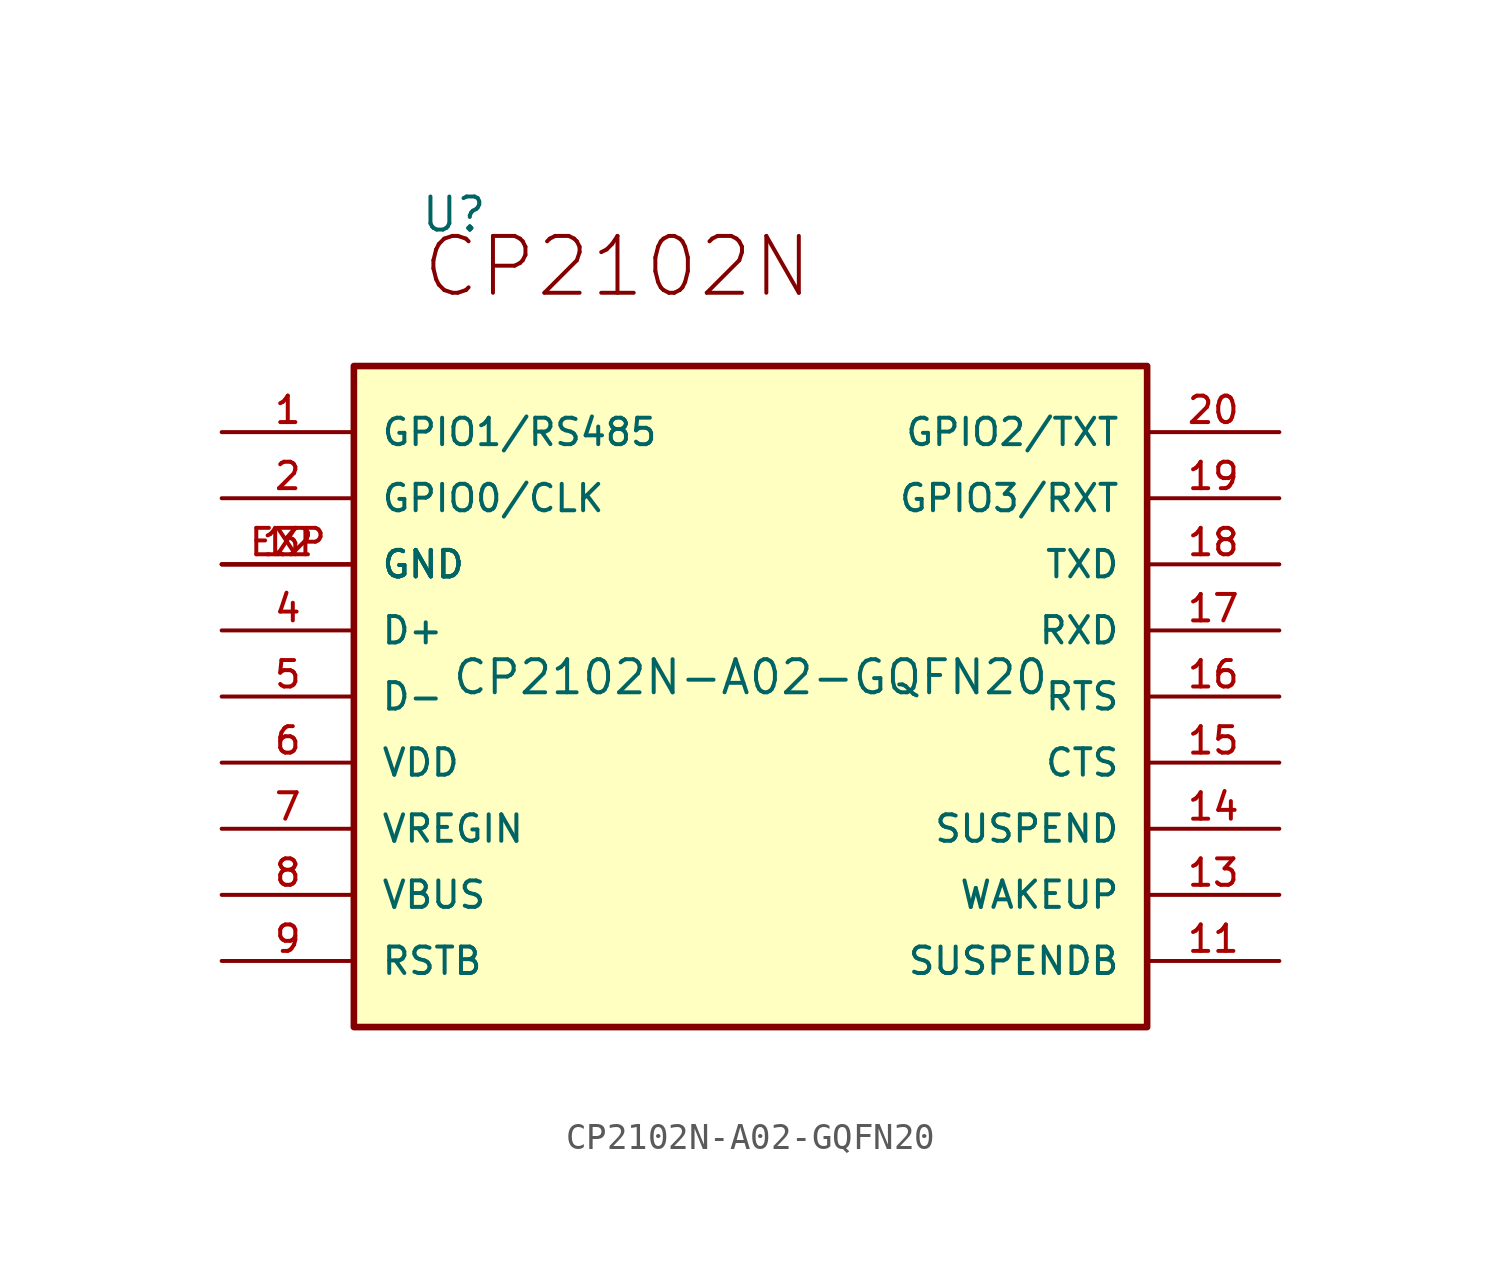
<source format=kicad_sym>
(kicad_symbol_lib
  (version 20211014)
  (generator kicad_symbol_editor)
  (symbol "CP2102N-A02-GQFN20"
    (pin_names
      (offset 1.016))
    (property "Reference" "U"
      (at -12.7 17.78 0)
      (effects (font (size 1.27 1.27)) (justify bottom left)))
    (property "Value" "CP2102N-A02-GQFN20"
      (at 0 0.0 0)
      (effects (font (size 1.27 1.27)) (justify bottom)))
    (symbol "CP2102N-A02-GQFN20_0_0"
      (text "CP2102N" (at -12.7 15.24 0) (effects (font (size 2.184 2.184)) (justify bottom left)))
      (rectangle (start -15.24 -12.7) (end 15.24 12.7) (stroke (width 0.254)) (fill (type background)))
      (pin bidirectional line (at -20.32 10.16 0) (length 5.08) (name "GPIO1/RS485" (effects (font (size 1.016 1.016)))) (number "1" (effects (font (size 1.016 1.016)))))
      (pin bidirectional line (at -20.32 7.62 0) (length 5.08) (name "GPIO0/CLK" (effects (font (size 1.016 1.016)))) (number "2" (effects (font (size 1.016 1.016)))))
      (pin bidirectional line (at -20.32 5.08 0) (length 5.08) (name "GND" (effects (font (size 1.016 1.016)))) (number "3" (effects (font (size 1.016 1.016)))))
      (pin bidirectional line (at -20.32 5.08 0) (length 5.08) (name "GND" (effects (font (size 1.016 1.016)))) (number "12" (effects (font (size 1.016 1.016)))))
      (pin bidirectional line (at -20.32 5.08 0) (length 5.08) (name "GND" (effects (font (size 1.016 1.016)))) (number "EXP" (effects (font (size 1.016 1.016)))))
      (pin bidirectional line (at -20.32 2.54 0) (length 5.08) (name "D+" (effects (font (size 1.016 1.016)))) (number "4" (effects (font (size 1.016 1.016)))))
      (pin bidirectional line (at -20.32 0.0 0) (length 5.08) (name "D-" (effects (font (size 1.016 1.016)))) (number "5" (effects (font (size 1.016 1.016)))))
      (pin bidirectional line (at -20.32 -2.54 0) (length 5.08) (name "VDD" (effects (font (size 1.016 1.016)))) (number "6" (effects (font (size 1.016 1.016)))))
      (pin bidirectional line (at -20.32 -5.08 0) (length 5.08) (name "VREGIN" (effects (font (size 1.016 1.016)))) (number "7" (effects (font (size 1.016 1.016)))))
      (pin bidirectional line (at -20.32 -7.62 0) (length 5.08) (name "VBUS" (effects (font (size 1.016 1.016)))) (number "8" (effects (font (size 1.016 1.016)))))
      (pin bidirectional line (at -20.32 -10.16 0) (length 5.08) (name "RSTB" (effects (font (size 1.016 1.016)))) (number "9" (effects (font (size 1.016 1.016)))))
      (pin bidirectional line (at 20.32 -10.16 180.0) (length 5.08) (name "SUSPENDB" (effects (font (size 1.016 1.016)))) (number "11" (effects (font (size 1.016 1.016)))))
      (pin bidirectional line (at 20.32 -7.62 180.0) (length 5.08) (name "WAKEUP" (effects (font (size 1.016 1.016)))) (number "13" (effects (font (size 1.016 1.016)))))
      (pin bidirectional line (at 20.32 -5.08 180.0) (length 5.08) (name "SUSPEND" (effects (font (size 1.016 1.016)))) (number "14" (effects (font (size 1.016 1.016)))))
      (pin bidirectional line (at 20.32 -2.54 180.0) (length 5.08) (name "CTS" (effects (font (size 1.016 1.016)))) (number "15" (effects (font (size 1.016 1.016)))))
      (pin bidirectional line (at 20.32 0.0 180.0) (length 5.08) (name "RTS" (effects (font (size 1.016 1.016)))) (number "16" (effects (font (size 1.016 1.016)))))
      (pin bidirectional line (at 20.32 2.54 180.0) (length 5.08) (name "RXD" (effects (font (size 1.016 1.016)))) (number "17" (effects (font (size 1.016 1.016)))))
      (pin bidirectional line (at 20.32 5.08 180.0) (length 5.08) (name "TXD" (effects (font (size 1.016 1.016)))) (number "18" (effects (font (size 1.016 1.016)))))
      (pin bidirectional line (at 20.32 7.62 180.0) (length 5.08) (name "GPIO3/RXT" (effects (font (size 1.016 1.016)))) (number "19" (effects (font (size 1.016 1.016)))))
      (pin bidirectional line (at 20.32 10.16 180.0) (length 5.08) (name "GPIO2/TXT" (effects (font (size 1.016 1.016)))) (number "20" (effects (font (size 1.016 1.016))))))))
</source>
